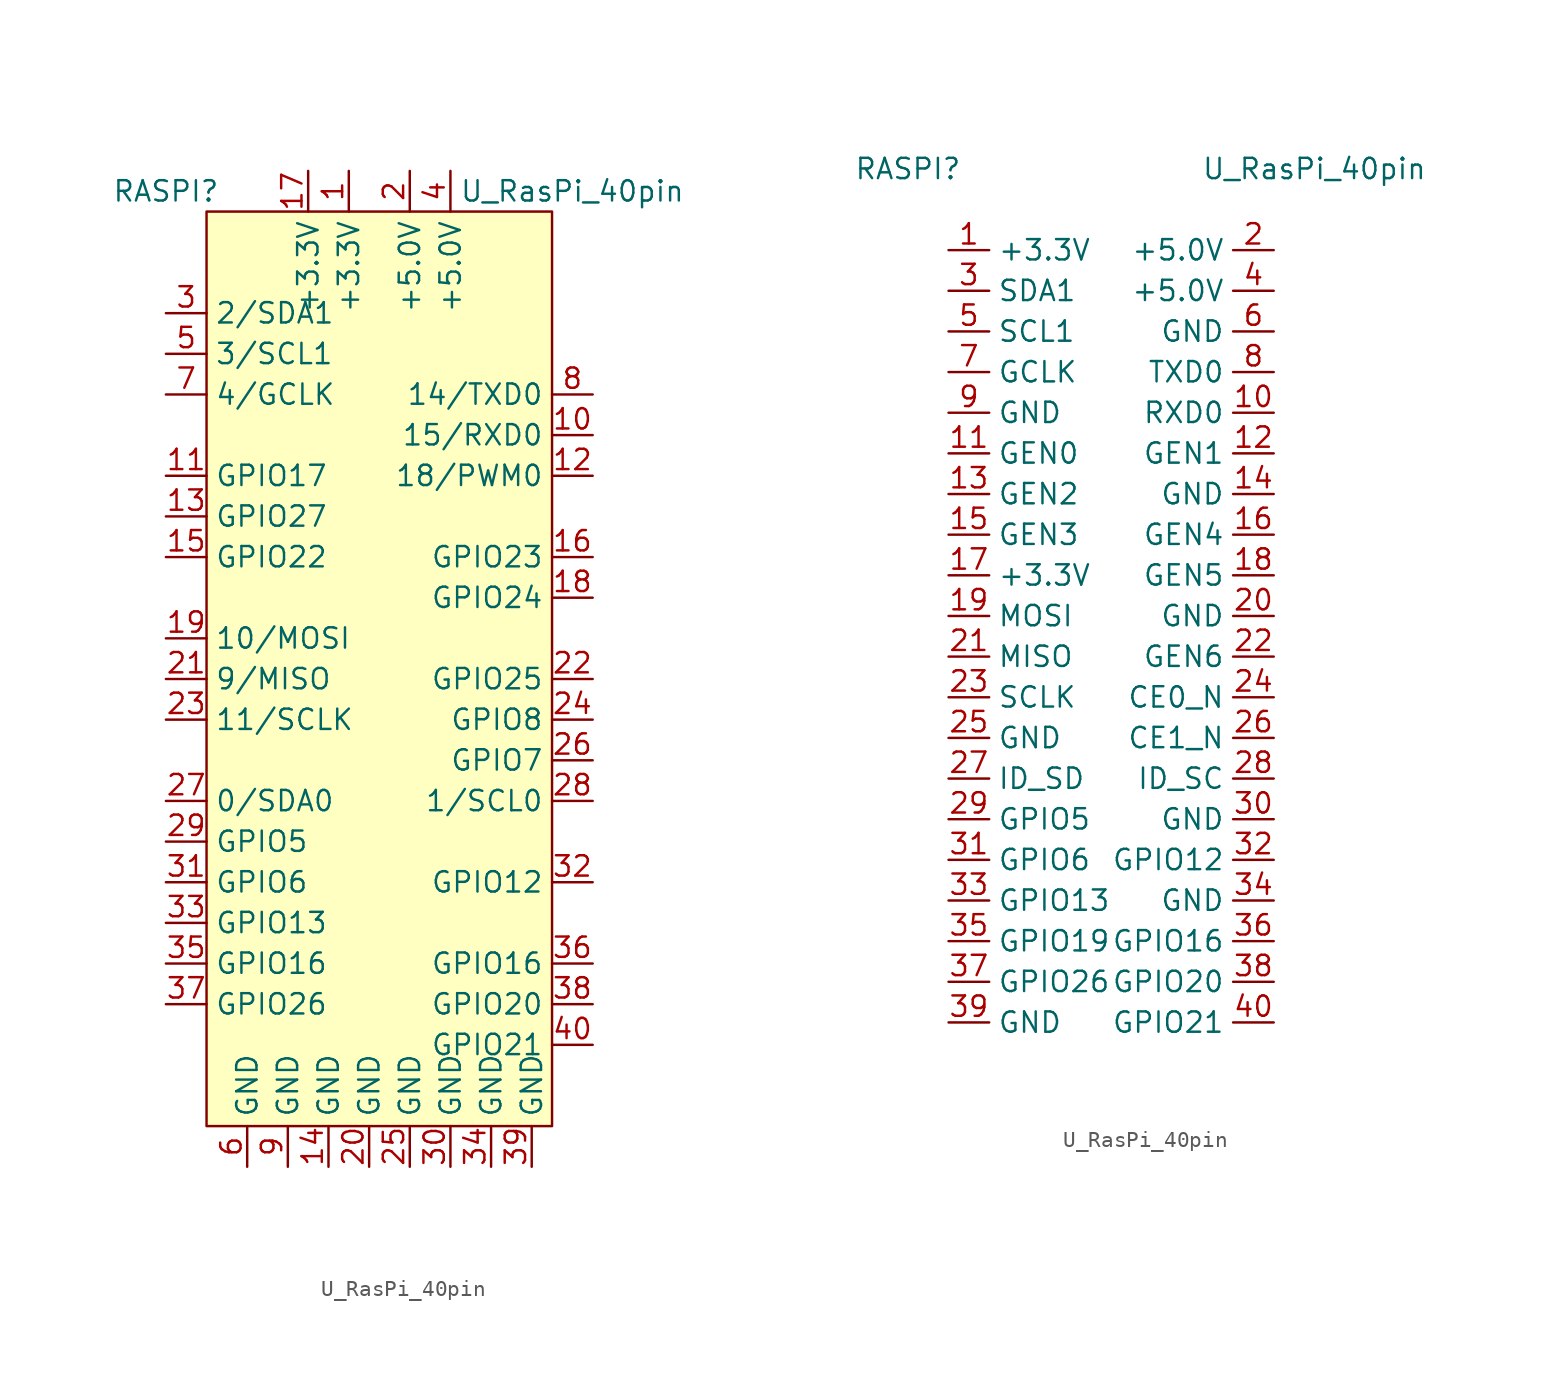
<source format=kicad_sym>
(kicad_symbol_lib
  (version 20211014)
  (generator kicad_symbol_editor)
  (symbol "U_RasPi_40pin"
    (property "Reference" "RASPI"
      (at -31.75 -3.81 0)
      (effects (font (size 1.27 1.27))))
    (property "Value" "U_RasPi_40pin"
      (at -6.35 -3.81 0)
      (effects (font (size 1.27 1.27))))
    (symbol "U_RasPi_40pin_0_1"
      (rectangle (start -29.21 -5.08) (end -7.62 -62.23) (stroke (width 0) (type default) (color 0 0 0 0)) (fill (type background))))
    (symbol "U_RasPi_40pin_1_1"
      (pin passive line (at -20.32 -2.54 270) (length 2.54) (name "+3.3V" (effects (font (size 1.27 1.27)))) (number "1" (effects (font (size 1.27 1.27)))))
      (pin bidirectional line (at -5.08 -19.05 180) (length 2.54) (name "15/RXD0" (effects (font (size 1.27 1.27)))) (number "10" (effects (font (size 1.27 1.27)))))
      (pin bidirectional line (at -31.75 -21.59 0) (length 2.54) (name "GPIO17" (effects (font (size 1.27 1.27)))) (number "11" (effects (font (size 1.27 1.27)))))
      (pin bidirectional line (at -5.08 -21.59 180) (length 2.54) (name "18/PWM0" (effects (font (size 1.27 1.27)))) (number "12" (effects (font (size 1.27 1.27)))))
      (pin bidirectional line (at -31.75 -24.13 0) (length 2.54) (name "GPIO27" (effects (font (size 1.27 1.27)))) (number "13" (effects (font (size 1.27 1.27)))))
      (pin passive line (at -21.59 -64.77 90) (length 2.54) (name "GND" (effects (font (size 1.27 1.27)))) (number "14" (effects (font (size 1.27 1.27)))))
      (pin bidirectional line (at -31.75 -26.67 0) (length 2.54) (name "GPIO22" (effects (font (size 1.27 1.27)))) (number "15" (effects (font (size 1.27 1.27)))))
      (pin bidirectional line (at -5.08 -26.67 180) (length 2.54) (name "GPIO23" (effects (font (size 1.27 1.27)))) (number "16" (effects (font (size 1.27 1.27)))))
      (pin passive line (at -22.86 -2.54 270) (length 2.54) (name "+3.3V" (effects (font (size 1.27 1.27)))) (number "17" (effects (font (size 1.27 1.27)))))
      (pin bidirectional line (at -5.08 -29.21 180) (length 2.54) (name "GPIO24" (effects (font (size 1.27 1.27)))) (number "18" (effects (font (size 1.27 1.27)))))
      (pin bidirectional line (at -31.75 -31.75 0) (length 2.54) (name "10/MOSI" (effects (font (size 1.27 1.27)))) (number "19" (effects (font (size 1.27 1.27)))))
      (pin passive line (at -16.51 -2.54 270) (length 2.54) (name "+5.0V" (effects (font (size 1.27 1.27)))) (number "2" (effects (font (size 1.27 1.27)))))
      (pin passive line (at -19.05 -64.77 90) (length 2.54) (name "GND" (effects (font (size 1.27 1.27)))) (number "20" (effects (font (size 1.27 1.27)))))
      (pin bidirectional line (at -31.75 -34.29 0) (length 2.54) (name "9/MISO" (effects (font (size 1.27 1.27)))) (number "21" (effects (font (size 1.27 1.27)))))
      (pin bidirectional line (at -5.08 -34.29 180) (length 2.54) (name "GPIO25" (effects (font (size 1.27 1.27)))) (number "22" (effects (font (size 1.27 1.27)))))
      (pin bidirectional line (at -31.75 -36.83 0) (length 2.54) (name "11/SCLK" (effects (font (size 1.27 1.27)))) (number "23" (effects (font (size 1.27 1.27)))))
      (pin bidirectional line (at -5.08 -36.83 180) (length 2.54) (name "GPIO8" (effects (font (size 1.27 1.27)))) (number "24" (effects (font (size 1.27 1.27)))))
      (pin passive line (at -16.51 -64.77 90) (length 2.54) (name "GND" (effects (font (size 1.27 1.27)))) (number "25" (effects (font (size 1.27 1.27)))))
      (pin bidirectional line (at -5.08 -39.37 180) (length 2.54) (name "GPIO7" (effects (font (size 1.27 1.27)))) (number "26" (effects (font (size 1.27 1.27)))))
      (pin bidirectional line (at -31.75 -41.91 0) (length 2.54) (name "0/SDA0" (effects (font (size 1.27 1.27)))) (number "27" (effects (font (size 1.27 1.27)))))
      (pin bidirectional line (at -5.08 -41.91 180) (length 2.54) (name "1/SCL0" (effects (font (size 1.27 1.27)))) (number "28" (effects (font (size 1.27 1.27)))))
      (pin bidirectional line (at -31.75 -44.45 0) (length 2.54) (name "GPIO5" (effects (font (size 1.27 1.27)))) (number "29" (effects (font (size 1.27 1.27)))))
      (pin bidirectional line (at -31.75 -11.43 0) (length 2.54) (name "2/SDA1" (effects (font (size 1.27 1.27)))) (number "3" (effects (font (size 1.27 1.27)))) (alternate "GPIO2" bidirectional line))
      (pin passive line (at -13.97 -64.77 90) (length 2.54) (name "GND" (effects (font (size 1.27 1.27)))) (number "30" (effects (font (size 1.27 1.27)))))
      (pin bidirectional line (at -31.75 -46.99 0) (length 2.54) (name "GPIO6" (effects (font (size 1.27 1.27)))) (number "31" (effects (font (size 1.27 1.27)))))
      (pin bidirectional line (at -5.08 -46.99 180) (length 2.54) (name "GPIO12" (effects (font (size 1.27 1.27)))) (number "32" (effects (font (size 1.27 1.27)))))
      (pin bidirectional line (at -31.75 -49.53 0) (length 2.54) (name "GPIO13" (effects (font (size 1.27 1.27)))) (number "33" (effects (font (size 1.27 1.27)))))
      (pin passive line (at -11.43 -64.77 90) (length 2.54) (name "GND" (effects (font (size 1.27 1.27)))) (number "34" (effects (font (size 1.27 1.27)))))
      (pin bidirectional line (at -31.75 -52.07 0) (length 2.54) (name "GPIO16" (effects (font (size 1.27 1.27)))) (number "35" (effects (font (size 1.27 1.27)))))
      (pin bidirectional line (at -5.08 -52.07 180) (length 2.54) (name "GPIO16" (effects (font (size 1.27 1.27)))) (number "36" (effects (font (size 1.27 1.27)))))
      (pin bidirectional line (at -31.75 -54.61 0) (length 2.54) (name "GPIO26" (effects (font (size 1.27 1.27)))) (number "37" (effects (font (size 1.27 1.27)))))
      (pin bidirectional line (at -5.08 -54.61 180) (length 2.54) (name "GPIO20" (effects (font (size 1.27 1.27)))) (number "38" (effects (font (size 1.27 1.27)))))
      (pin passive line (at -8.89 -64.77 90) (length 2.54) (name "GND" (effects (font (size 1.27 1.27)))) (number "39" (effects (font (size 1.27 1.27)))))
      (pin passive line (at -13.97 -2.54 270) (length 2.54) (name "+5.0V" (effects (font (size 1.27 1.27)))) (number "4" (effects (font (size 1.27 1.27)))))
      (pin bidirectional line (at -5.08 -57.15 180) (length 2.54) (name "GPIO21" (effects (font (size 1.27 1.27)))) (number "40" (effects (font (size 1.27 1.27)))))
      (pin bidirectional line (at -31.75 -13.97 0) (length 2.54) (name "3/SCL1" (effects (font (size 1.27 1.27)))) (number "5" (effects (font (size 1.27 1.27)))))
      (pin passive line (at -26.67 -64.77 90) (length 2.54) (name "GND" (effects (font (size 1.27 1.27)))) (number "6" (effects (font (size 1.27 1.27)))))
      (pin bidirectional line (at -31.75 -16.51 0) (length 2.54) (name "4/GCLK" (effects (font (size 1.27 1.27)))) (number "7" (effects (font (size 1.27 1.27)))))
      (pin bidirectional line (at -5.08 -16.51 180) (length 2.54) (name "14/TXD0" (effects (font (size 1.27 1.27)))) (number "8" (effects (font (size 1.27 1.27)))))
      (pin passive line (at -24.13 -64.77 90) (length 2.54) (name "GND" (effects (font (size 1.27 1.27)))) (number "9" (effects (font (size 1.27 1.27))))))
    (symbol "U_RasPi_40pin_1_2"
      (pin power_out line (at -29.21 -8.89 0) (length 2.54) (name "+3.3V" (effects (font (size 1.27 1.27)))) (number "1" (effects (font (size 1.27 1.27)))))
      (pin bidirectional line (at -8.89 -19.05 180) (length 2.54) (name "RXD0" (effects (font (size 1.27 1.27)))) (number "10" (effects (font (size 1.27 1.27)))))
      (pin bidirectional line (at -29.21 -21.59 0) (length 2.54) (name "GEN0" (effects (font (size 1.27 1.27)))) (number "11" (effects (font (size 1.27 1.27)))))
      (pin bidirectional line (at -8.89 -21.59 180) (length 2.54) (name "GEN1" (effects (font (size 1.27 1.27)))) (number "12" (effects (font (size 1.27 1.27)))))
      (pin bidirectional line (at -29.21 -24.13 0) (length 2.54) (name "GEN2" (effects (font (size 1.27 1.27)))) (number "13" (effects (font (size 1.27 1.27)))))
      (pin power_out line (at -8.89 -24.13 180) (length 2.54) (name "GND" (effects (font (size 1.27 1.27)))) (number "14" (effects (font (size 1.27 1.27)))))
      (pin bidirectional line (at -29.21 -26.67 0) (length 2.54) (name "GEN3" (effects (font (size 1.27 1.27)))) (number "15" (effects (font (size 1.27 1.27)))))
      (pin bidirectional line (at -8.89 -26.67 180) (length 2.54) (name "GEN4" (effects (font (size 1.27 1.27)))) (number "16" (effects (font (size 1.27 1.27)))))
      (pin power_out line (at -29.21 -29.21 0) (length 2.54) (name "+3.3V" (effects (font (size 1.27 1.27)))) (number "17" (effects (font (size 1.27 1.27)))))
      (pin bidirectional line (at -8.89 -29.21 180) (length 2.54) (name "GEN5" (effects (font (size 1.27 1.27)))) (number "18" (effects (font (size 1.27 1.27)))))
      (pin bidirectional line (at -29.21 -31.75 0) (length 2.54) (name "MOSI" (effects (font (size 1.27 1.27)))) (number "19" (effects (font (size 1.27 1.27)))))
      (pin power_out line (at -8.89 -8.89 180) (length 2.54) (name "+5.0V" (effects (font (size 1.27 1.27)))) (number "2" (effects (font (size 1.27 1.27)))))
      (pin power_out line (at -8.89 -31.75 180) (length 2.54) (name "GND" (effects (font (size 1.27 1.27)))) (number "20" (effects (font (size 1.27 1.27)))))
      (pin bidirectional line (at -29.21 -34.29 0) (length 2.54) (name "MISO" (effects (font (size 1.27 1.27)))) (number "21" (effects (font (size 1.27 1.27)))))
      (pin bidirectional line (at -8.89 -34.29 180) (length 2.54) (name "GEN6" (effects (font (size 1.27 1.27)))) (number "22" (effects (font (size 1.27 1.27)))))
      (pin bidirectional line (at -29.21 -36.83 0) (length 2.54) (name "SCLK" (effects (font (size 1.27 1.27)))) (number "23" (effects (font (size 1.27 1.27)))))
      (pin bidirectional line (at -8.89 -36.83 180) (length 2.54) (name "CE0_N" (effects (font (size 1.27 1.27)))) (number "24" (effects (font (size 1.27 1.27)))))
      (pin power_out line (at -29.21 -39.37 0) (length 2.54) (name "GND" (effects (font (size 1.27 1.27)))) (number "25" (effects (font (size 1.27 1.27)))))
      (pin bidirectional line (at -8.89 -39.37 180) (length 2.54) (name "CE1_N" (effects (font (size 1.27 1.27)))) (number "26" (effects (font (size 1.27 1.27)))))
      (pin bidirectional line (at -29.21 -41.91 0) (length 2.54) (name "ID_SD" (effects (font (size 1.27 1.27)))) (number "27" (effects (font (size 1.27 1.27)))))
      (pin bidirectional line (at -8.89 -41.91 180) (length 2.54) (name "ID_SC" (effects (font (size 1.27 1.27)))) (number "28" (effects (font (size 1.27 1.27)))))
      (pin bidirectional line (at -29.21 -44.45 0) (length 2.54) (name "GPIO5" (effects (font (size 1.27 1.27)))) (number "29" (effects (font (size 1.27 1.27)))))
      (pin bidirectional line (at -29.21 -11.43 0) (length 2.54) (name "SDA1" (effects (font (size 1.27 1.27)))) (number "3" (effects (font (size 1.27 1.27)))) (alternate "GPIO2" bidirectional line))
      (pin power_out line (at -8.89 -44.45 180) (length 2.54) (name "GND" (effects (font (size 1.27 1.27)))) (number "30" (effects (font (size 1.27 1.27)))))
      (pin bidirectional line (at -29.21 -46.99 0) (length 2.54) (name "GPIO6" (effects (font (size 1.27 1.27)))) (number "31" (effects (font (size 1.27 1.27)))))
      (pin bidirectional line (at -8.89 -46.99 180) (length 2.54) (name "GPIO12" (effects (font (size 1.27 1.27)))) (number "32" (effects (font (size 1.27 1.27)))))
      (pin bidirectional line (at -29.21 -49.53 0) (length 2.54) (name "GPIO13" (effects (font (size 1.27 1.27)))) (number "33" (effects (font (size 1.27 1.27)))))
      (pin power_out line (at -8.89 -49.53 180) (length 2.54) (name "GND" (effects (font (size 1.27 1.27)))) (number "34" (effects (font (size 1.27 1.27)))))
      (pin bidirectional line (at -29.21 -52.07 0) (length 2.54) (name "GPIO19" (effects (font (size 1.27 1.27)))) (number "35" (effects (font (size 1.27 1.27)))))
      (pin bidirectional line (at -8.89 -52.07 180) (length 2.54) (name "GPIO16" (effects (font (size 1.27 1.27)))) (number "36" (effects (font (size 1.27 1.27)))))
      (pin bidirectional line (at -29.21 -54.61 0) (length 2.54) (name "GPIO26" (effects (font (size 1.27 1.27)))) (number "37" (effects (font (size 1.27 1.27)))))
      (pin bidirectional line (at -8.89 -54.61 180) (length 2.54) (name "GPIO20" (effects (font (size 1.27 1.27)))) (number "38" (effects (font (size 1.27 1.27)))))
      (pin power_out line (at -29.21 -57.15 0) (length 2.54) (name "GND" (effects (font (size 1.27 1.27)))) (number "39" (effects (font (size 1.27 1.27)))))
      (pin power_out line (at -8.89 -11.43 180) (length 2.54) (name "+5.0V" (effects (font (size 1.27 1.27)))) (number "4" (effects (font (size 1.27 1.27)))))
      (pin bidirectional line (at -8.89 -57.15 180) (length 2.54) (name "GPIO21" (effects (font (size 1.27 1.27)))) (number "40" (effects (font (size 1.27 1.27)))))
      (pin bidirectional line (at -29.21 -13.97 0) (length 2.54) (name "SCL1" (effects (font (size 1.27 1.27)))) (number "5" (effects (font (size 1.27 1.27)))))
      (pin power_out line (at -8.89 -13.97 180) (length 2.54) (name "GND" (effects (font (size 1.27 1.27)))) (number "6" (effects (font (size 1.27 1.27)))))
      (pin bidirectional line (at -29.21 -16.51 0) (length 2.54) (name "GCLK" (effects (font (size 1.27 1.27)))) (number "7" (effects (font (size 1.27 1.27)))))
      (pin bidirectional line (at -8.89 -16.51 180) (length 2.54) (name "TXD0" (effects (font (size 1.27 1.27)))) (number "8" (effects (font (size 1.27 1.27)))))
      (pin power_out line (at -29.21 -19.05 0) (length 2.54) (name "GND" (effects (font (size 1.27 1.27)))) (number "9" (effects (font (size 1.27 1.27))))))))
</source>
